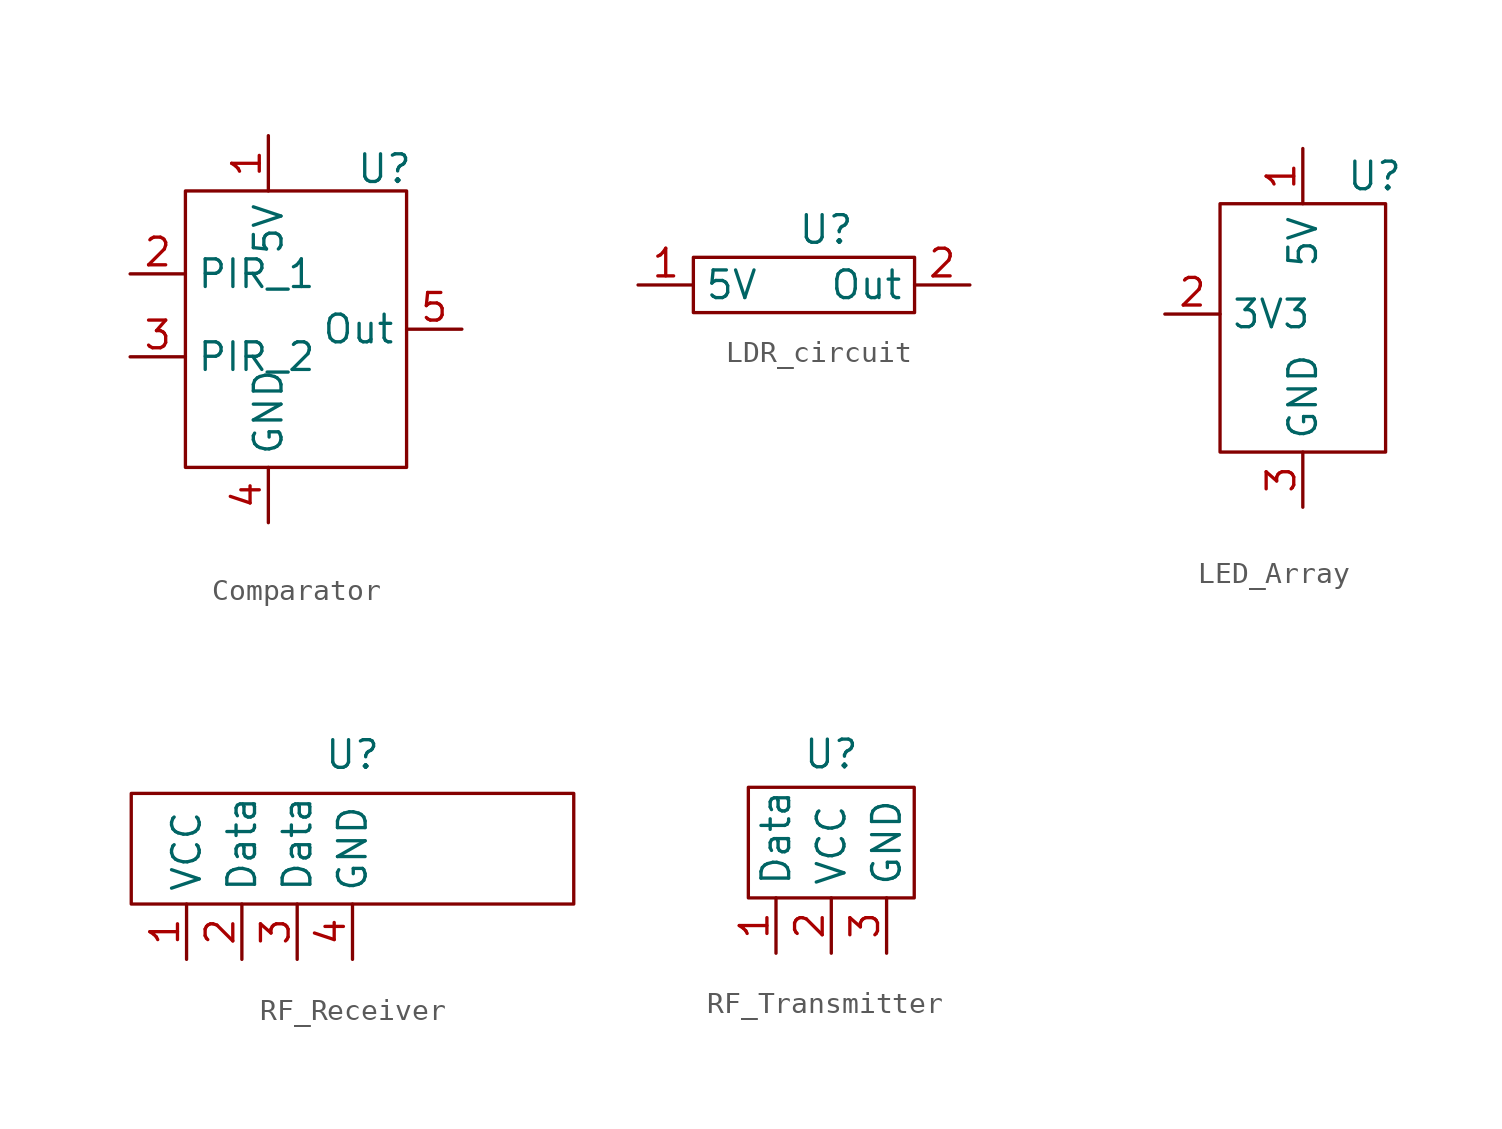
<source format=kicad_sym>
(kicad_symbol_lib
  (version 20231120)
  (generator "kicad_symbol_editor")
  (generator_version "8.0")
  (symbol "Comparator"
    (property "Reference" "U"
      (at 5.334 6.096 0)
      (effects (font (size 1.27 1.27))))
    (property "Value" ""
      (at 5.588 5.08 0)
      (effects (font (size 1.27 1.27))))
    (symbol "Comparator_0_1"
      (rectangle (start -3.81 5.08) (end 6.35 -7.62) (stroke (width 0) (type default)) (fill (type none))))
    (symbol "Comparator_1_1"
      (pin input line (at 0 7.62 270) (length 2.54) (name "5V" (effects (font (size 1.27 1.27)))) (number "1" (effects (font (size 1.27 1.27)))))
      (pin input line (at -6.35 1.27 0) (length 2.54) (name "PIR_1" (effects (font (size 1.27 1.27)))) (number "2" (effects (font (size 1.27 1.27)))))
      (pin input line (at -6.35 -2.54 0) (length 2.54) (name "PIR_2" (effects (font (size 1.27 1.27)))) (number "3" (effects (font (size 1.27 1.27)))))
      (pin input line (at 0 -10.16 90) (length 2.54) (name "GND" (effects (font (size 1.27 1.27)))) (number "4" (effects (font (size 1.27 1.27)))))
      (pin output line (at 8.89 -1.27 180) (length 2.54) (name "Out" (effects (font (size 1.27 1.27)))) (number "5" (effects (font (size 1.27 1.27)))))))
  (symbol "LDR_circuit"
    (property "Reference" "U"
      (at 1.016 2.54 0)
      (effects (font (size 1.27 1.27))))
    (property "Value" ""
      (at 9.144 7.874 0)
      (effects (font (size 1.27 1.27))))
    (symbol "LDR_circuit_0_1"
      (rectangle (start -5.08 1.27) (end 5.08 -1.27) (stroke (width 0) (type default)) (fill (type none))))
    (symbol "LDR_circuit_1_1"
      (pin input line (at -7.62 0 0) (length 2.54) (name "5V" (effects (font (size 1.27 1.27)))) (number "1" (effects (font (size 1.27 1.27)))))
      (pin output line (at 7.62 0 180) (length 2.54) (name "Out" (effects (font (size 1.27 1.27)))) (number "2" (effects (font (size 1.27 1.27)))))))
  (symbol "LED_Array"
    (property "Reference" "U"
      (at 3.302 3.81 0)
      (effects (font (size 1.27 1.27))))
    (property "Value" ""
      (at 3.302 5.842 0)
      (effects (font (size 1.27 1.27))))
    (symbol "LED_Array_0_1"
      (rectangle (start -3.81 2.54) (end 3.81 -8.89) (stroke (width 0) (type default)) (fill (type none))))
    (symbol "LED_Array_1_1"
      (pin input line (at 0 5.08 270) (length 2.54) (name "5V" (effects (font (size 1.27 1.27)))) (number "1" (effects (font (size 1.27 1.27)))))
      (pin input line (at -6.35 -2.54 0) (length 2.54) (name "3V3" (effects (font (size 1.27 1.27)))) (number "2" (effects (font (size 1.27 1.27)))))
      (pin input line (at 0 -11.43 90) (length 2.54) (name "GND" (effects (font (size 1.27 1.27)))) (number "3" (effects (font (size 1.27 1.27)))))))
  (symbol "RF_Receiver"
    (property "Reference" "U"
      (at 0 4.318 0)
      (effects (font (size 1.27 1.27))))
    (property "Value" ""
      (at 0 4.318 0)
      (effects (font (size 1.27 1.27))))
    (symbol "RF_Receiver_0_1"
      (rectangle (start -10.16 2.54) (end 10.16 -2.54) (stroke (width 0) (type default)) (fill (type none))))
    (symbol "RF_Receiver_1_1"
      (pin input line (at -7.62 -5.08 90) (length 2.54) (name "VCC" (effects (font (size 1.27 1.27)))) (number "1" (effects (font (size 1.27 1.27)))))
      (pin output line (at -5.08 -5.08 90) (length 2.54) (name "Data" (effects (font (size 1.27 1.27)))) (number "2" (effects (font (size 1.27 1.27)))))
      (pin output line (at -2.54 -5.08 90) (length 2.54) (name "Data" (effects (font (size 1.27 1.27)))) (number "3" (effects (font (size 1.27 1.27)))))
      (pin input line (at 0 -5.08 90) (length 2.54) (name "GND" (effects (font (size 1.27 1.27)))) (number "4" (effects (font (size 1.27 1.27)))))))
  (symbol "RF_Transmitter"
    (property "Reference" "U"
      (at 0 4.064 0)
      (effects (font (size 1.27 1.27))))
    (property "Value" ""
      (at 0 4.064 0)
      (effects (font (size 1.27 1.27))))
    (symbol "RF_Transmitter_0_1"
      (rectangle (start -3.81 2.54) (end 3.81 -2.54) (stroke (width 0) (type default)) (fill (type none))))
    (symbol "RF_Transmitter_1_1"
      (pin input line (at -2.54 -5.08 90) (length 2.54) (name "Data" (effects (font (size 1.27 1.27)))) (number "1" (effects (font (size 1.27 1.27)))))
      (pin input line (at 0 -5.08 90) (length 2.54) (name "VCC" (effects (font (size 1.27 1.27)))) (number "2" (effects (font (size 1.27 1.27)))))
      (pin input line (at 2.54 -5.08 90) (length 2.54) (name "GND" (effects (font (size 1.27 1.27)))) (number "3" (effects (font (size 1.27 1.27))))))))
</source>
